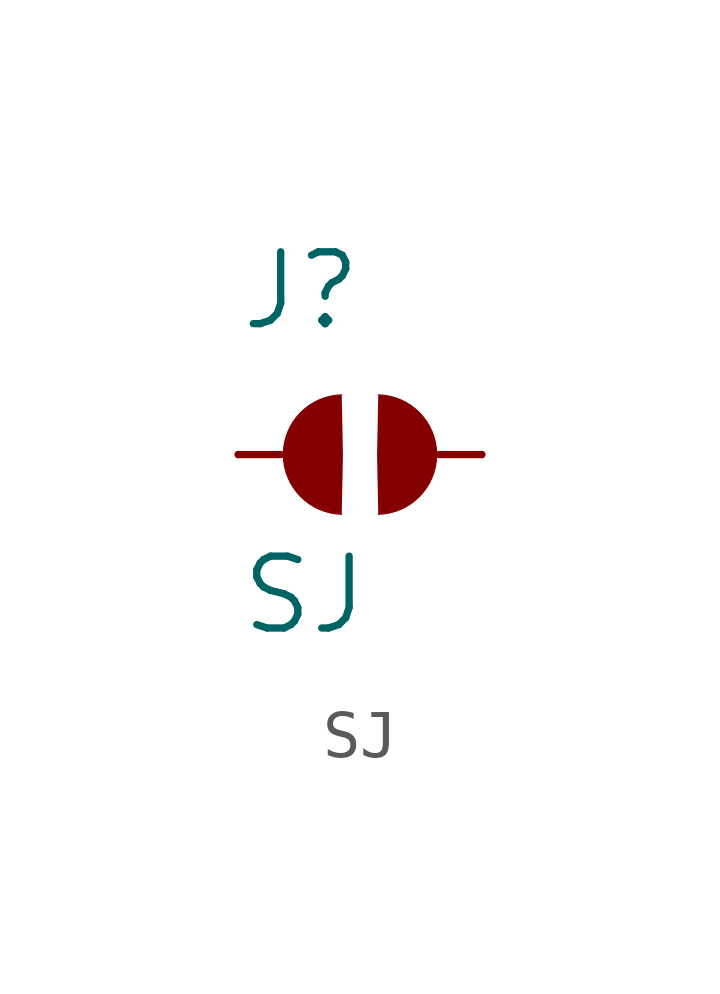
<source format=kicad_sym>
(kicad_symbol_lib
  (version 20211014)
  (generator kicad_symbol_editor)
  (symbol "SJ"
    (pin_names
      (offset 1.016))
    (property "Reference" "J"
      (at -2.54 2.54 0)
      (effects (font (size 1.499 1.499)) (justify left bottom)))
    (property "Value" "SJ"
      (at -2.54 -3.81 0)
      (effects (font (size 1.499 1.499)) (justify left bottom)))
    (property "ki_locked" ""
      (at 0 0 0)
      (effects (font (size 1.27 1.27))))
    (symbol "SJ_1_0"
      (arc (start -0.381 1.2446) (mid -1.6005 0) (end -0.381 -1.2446) (stroke (width 0.0254) (type default) (color 0 0 0 0)) (fill (type outline)))
      (polyline (pts (xy -2.54 0) (xy -1.651 0)) (stroke (width 0) (type default) (color 0 0 0 0)) (fill (type none)))
      (polyline (pts (xy 2.54 0) (xy 1.651 0)) (stroke (width 0) (type default) (color 0 0 0 0)) (fill (type none)))
      (arc (start 0.381 -1.2446) (mid 1.6005 0) (end 0.381 1.2446) (stroke (width 0.0254) (type default) (color 0 0 0 0)) (fill (type outline)))
      (pin passive line (at -2.54 0 0) (length 0) (name "1" (effects (font (size 0 0)))) (number "1" (effects (font (size 0 0)))))
      (pin passive line (at 2.54 0 180) (length 0) (name "2" (effects (font (size 0 0)))) (number "2" (effects (font (size 0 0))))))))
</source>
